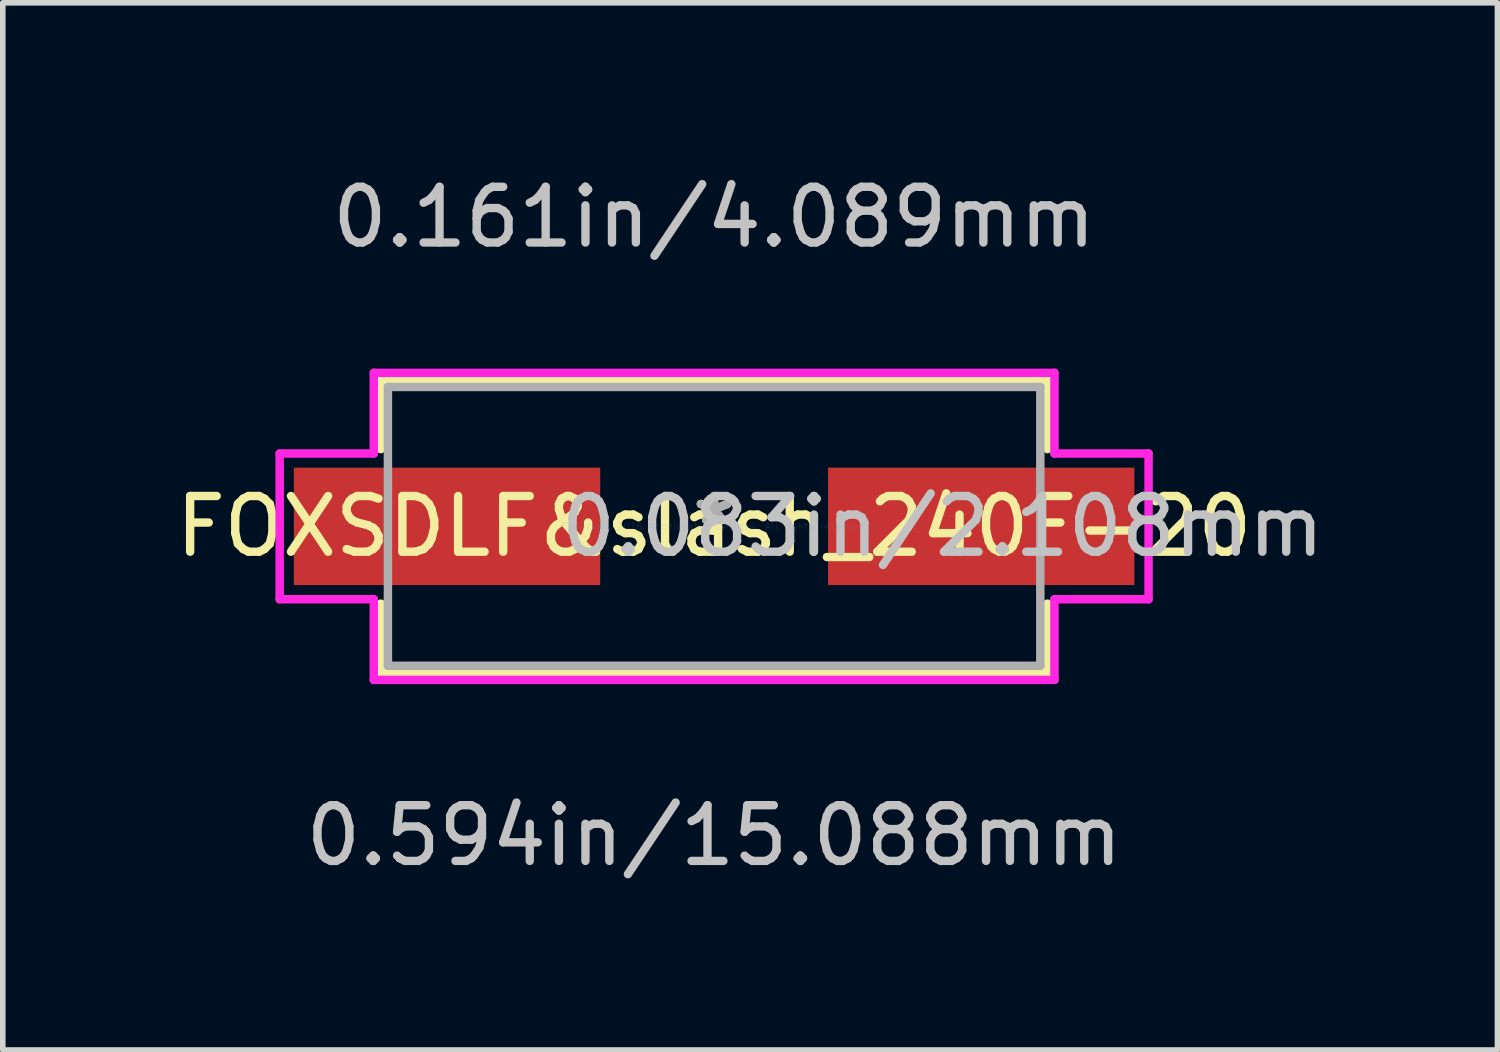
<source format=kicad_pcb>
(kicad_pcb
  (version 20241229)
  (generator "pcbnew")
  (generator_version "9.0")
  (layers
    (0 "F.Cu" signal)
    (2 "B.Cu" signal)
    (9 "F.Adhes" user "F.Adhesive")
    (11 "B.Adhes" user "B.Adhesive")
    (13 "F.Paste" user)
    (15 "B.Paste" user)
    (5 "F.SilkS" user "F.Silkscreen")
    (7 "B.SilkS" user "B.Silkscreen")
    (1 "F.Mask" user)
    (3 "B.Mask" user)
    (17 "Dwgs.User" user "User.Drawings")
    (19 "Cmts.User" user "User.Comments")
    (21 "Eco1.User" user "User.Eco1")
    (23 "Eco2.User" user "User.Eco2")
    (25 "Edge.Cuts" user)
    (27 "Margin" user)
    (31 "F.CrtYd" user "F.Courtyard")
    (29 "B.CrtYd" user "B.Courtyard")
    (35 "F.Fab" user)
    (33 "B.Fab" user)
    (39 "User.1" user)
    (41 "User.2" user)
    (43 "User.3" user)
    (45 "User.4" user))
  (footprint "FOXSDLF&slash_240F-20"
    (layer "F.Cu")
    (at 9.768 6.398)
    (property "Reference" "FOXSDLF&slash_240F-20" (at 0 0 0) (layer "F.SilkS") (effects (font (size 1 1) (thickness 0.15))))
    (attr through_hole)
    (fp_line (start -5.982 -2.629) (end -5.982 -1.387) (stroke (width 0.152) (type solid)) (layer "F.SilkS"))
    (fp_line (start -5.982 1.387) (end -5.982 2.629) (stroke (width 0.152) (type solid)) (layer "F.SilkS"))
    (fp_line (start -5.982 2.629) (end 5.982 2.629) (stroke (width 0.152) (type solid)) (layer "F.SilkS"))
    (fp_line (start 5.982 -2.629) (end -5.982 -2.629) (stroke (width 0.152) (type solid)) (layer "F.SilkS"))
    (fp_line (start 5.982 -1.387) (end 5.982 -2.629) (stroke (width 0.152) (type solid)) (layer "F.SilkS"))
    (fp_line (start 5.982 2.629) (end 5.982 1.387) (stroke (width 0.152) (type solid)) (layer "F.SilkS"))
    (fp_line (start -7.798 -1.308) (end -6.109 -1.308) (stroke (width 0.152) (type solid)) (layer "F.CrtYd"))
    (fp_line (start -7.798 1.308) (end -7.798 -1.308) (stroke (width 0.152) (type solid)) (layer "F.CrtYd"))
    (fp_line (start -6.109 -2.756) (end 6.109 -2.756) (stroke (width 0.152) (type solid)) (layer "F.CrtYd"))
    (fp_line (start -6.109 -1.308) (end -6.109 -2.756) (stroke (width 0.152) (type solid)) (layer "F.CrtYd"))
    (fp_line (start -6.109 1.308) (end -7.798 1.308) (stroke (width 0.152) (type solid)) (layer "F.CrtYd"))
    (fp_line (start -6.109 2.756) (end -6.109 1.308) (stroke (width 0.152) (type solid)) (layer "F.CrtYd"))
    (fp_line (start 6.109 -2.756) (end 6.109 -1.308) (stroke (width 0.152) (type solid)) (layer "F.CrtYd"))
    (fp_line (start 6.109 -1.308) (end 7.798 -1.308) (stroke (width 0.152) (type solid)) (layer "F.CrtYd"))
    (fp_line (start 6.109 1.308) (end 6.109 2.756) (stroke (width 0.152) (type solid)) (layer "F.CrtYd"))
    (fp_line (start 6.109 2.756) (end -6.109 2.756) (stroke (width 0.152) (type solid)) (layer "F.CrtYd"))
    (fp_line (start 7.798 -1.308) (end 7.798 1.308) (stroke (width 0.152) (type solid)) (layer "F.CrtYd"))
    (fp_line (start 7.798 1.308) (end 6.109 1.308) (stroke (width 0.152) (type solid)) (layer "F.CrtYd"))
    (fp_line (start -5.855 -2.502) (end -5.855 2.502) (stroke (width 0.152) (type solid)) (layer "F.Fab"))
    (fp_line (start -5.855 2.502) (end 5.855 2.502) (stroke (width 0.152) (type solid)) (layer "F.Fab"))
    (fp_line (start 5.855 -2.502) (end -5.855 -2.502) (stroke (width 0.152) (type solid)) (layer "F.Fab"))
    (fp_line (start 5.855 2.502) (end 5.855 -2.502) (stroke (width 0.152) (type solid)) (layer "F.Fab"))
    (fp_text user "*" (at 0 0 0) (layer "F.SilkS") (effects (font (size 1 1) (thickness 0.15))))
    (fp_text user "0.161in/4.089mm" (at 0 -5.55 0) (layer "Dwgs.User") (effects (font (size 1 1) (thickness 0.15))))
    (fp_text user "0.594in/15.088mm" (at 0 5.55 0) (layer "Dwgs.User") (effects (font (size 1 1) (thickness 0.15))))
    (fp_text user "0.083in/2.108mm" (at 4.102 0 0) (layer "Dwgs.User") (effects (font (size 1 1) (thickness 0.15))))
    (fp_text user "Copyright 2016 Accelerated Designs. All rights reserved." (at 0 0 0) (layer "Cmts.User") (effects (font (size 0.127 0.127) (thickness 0.002))))
    (fp_text user "*" (at 0 0 0) (layer "F.Fab") (effects (font (size 1 1) (thickness 0.15))))
    (pad "1" smd rect (at -4.794 0) (size 5.499 2.108) (layers "F.Cu" "F.Mask" "F.Paste"))
    (pad "2" smd rect (at 4.794 0) (size 5.499 2.108) (layers "F.Cu" "F.Mask" "F.Paste")))
  (gr_rect
    (start -3 -3)
    (end 23.828 15.796)
    (stroke (width 0.1) (type default))
    (fill no)
    (layer "Edge.Cuts")))
</source>
